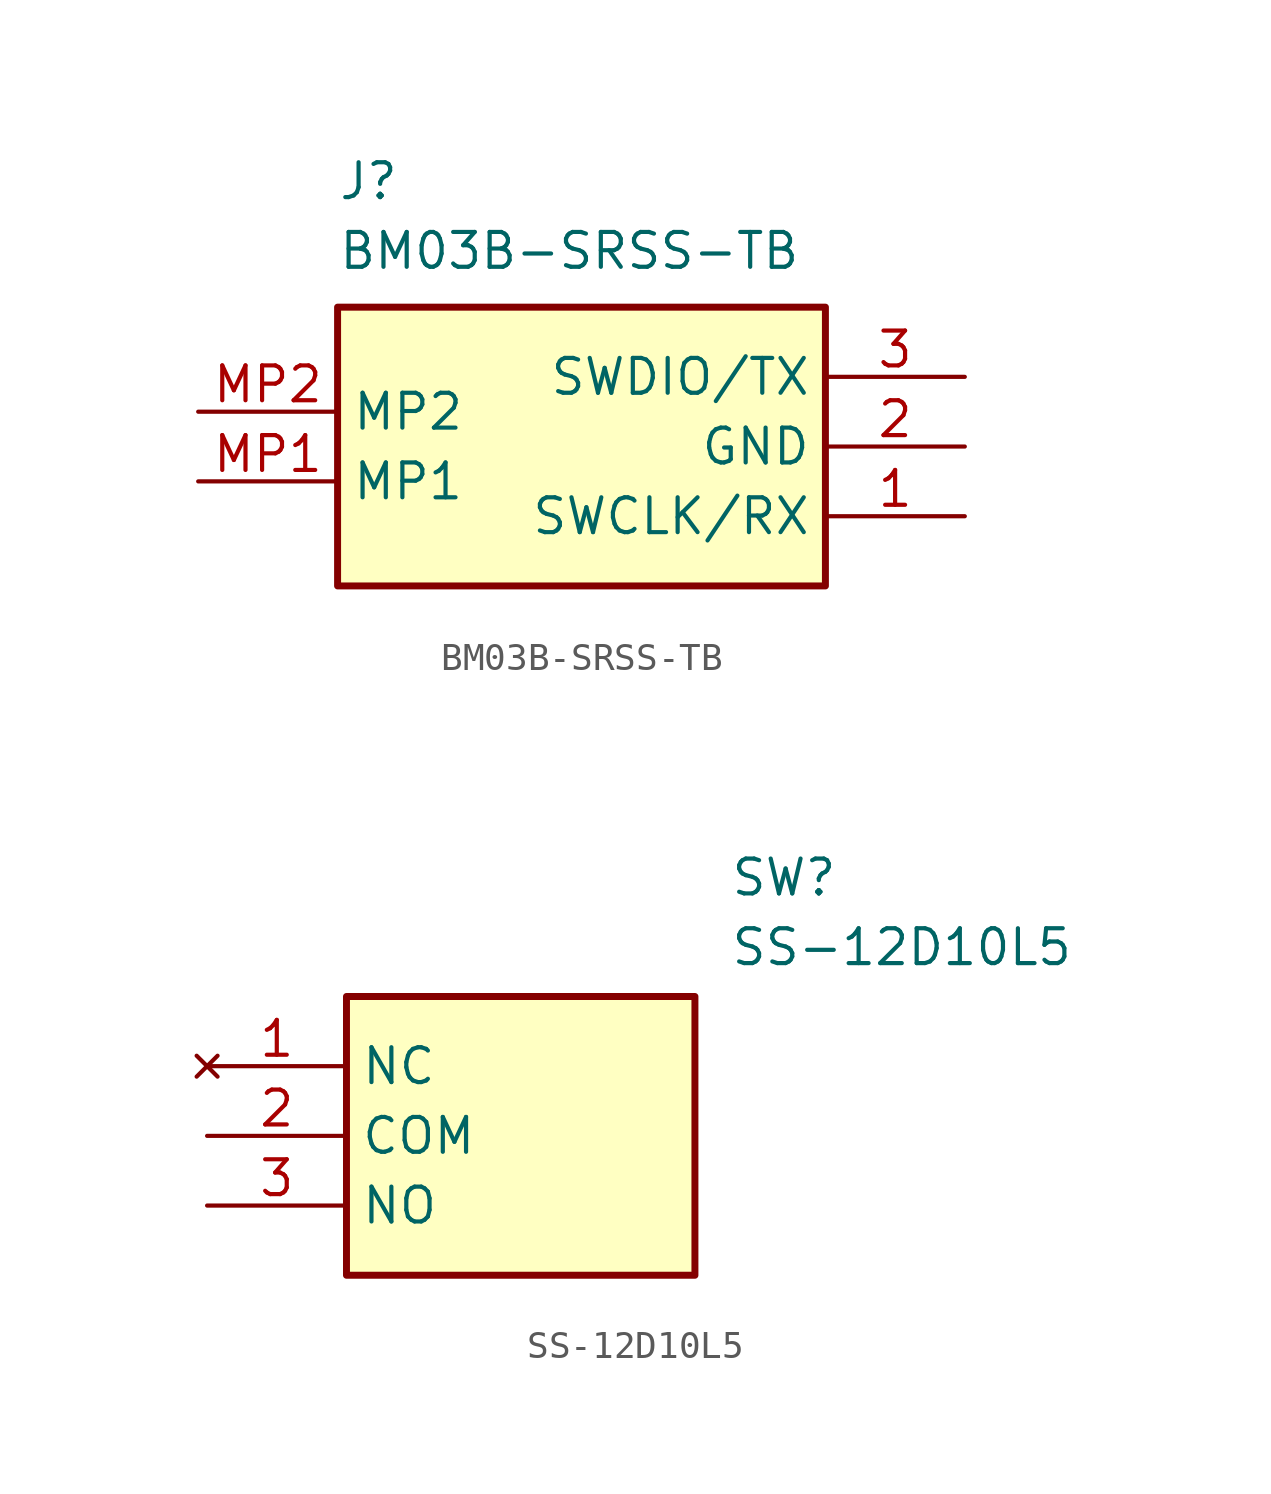
<source format=kicad_sym>
(kicad_symbol_lib
  (version 20231120)
  (generator "kicad_symbol_editor")
  (generator_version "8.0")
  (symbol "BM03B-SRSS-TB"
    (property "Reference" "J"
      (at -10.16 9.144 0)
      (effects (font (size 1.27 1.27)) (justify left top)))
    (property "Value" "BM03B-SRSS-TB"
      (at -10.16 6.604 0)
      (effects (font (size 1.27 1.27)) (justify left top)))
    (symbol "BM03B-SRSS-TB_1_1"
      (rectangle (start -10.16 3.81) (end 7.62 -6.35) (stroke (width 0.254) (type default)) (fill (type background)))
      (pin passive line (at 12.7 -3.81 180) (length 5.08) (name "SWCLK/RX" (effects (font (size 1.27 1.27)))) (number "1" (effects (font (size 1.27 1.27)))))
      (pin passive line (at 12.7 -1.27 180) (length 5.08) (name "GND" (effects (font (size 1.27 1.27)))) (number "2" (effects (font (size 1.27 1.27)))))
      (pin passive line (at 12.7 1.27 180) (length 5.08) (name "SWDIO/TX" (effects (font (size 1.27 1.27)))) (number "3" (effects (font (size 1.27 1.27)))))
      (pin passive line (at -15.24 -2.54 0) (length 5.08) (name "MP1" (effects (font (size 1.27 1.27)))) (number "MP1" (effects (font (size 1.27 1.27)))))
      (pin passive line (at -15.24 0 0) (length 5.08) (name "MP2" (effects (font (size 1.27 1.27)))) (number "MP2" (effects (font (size 1.27 1.27)))))))
  (symbol "SS-12D10L5"
    (property "Reference" "SW"
      (at 19.05 7.62 0)
      (effects (font (size 1.27 1.27)) (justify left top)))
    (property "Value" "SS-12D10L5"
      (at 19.05 5.08 0)
      (effects (font (size 1.27 1.27)) (justify left top)))
    (symbol "SS-12D10L5_1_1"
      (rectangle (start 5.08 2.54) (end 17.78 -7.62) (stroke (width 0.254) (type default)) (fill (type background)))
      (pin no_connect line (at 0 0 0) (length 5.08) (name "NC" (effects (font (size 1.27 1.27)))) (number "1" (effects (font (size 1.27 1.27)))))
      (pin passive line (at 0 -2.54 0) (length 5.08) (name "COM" (effects (font (size 1.27 1.27)))) (number "2" (effects (font (size 1.27 1.27)))))
      (pin passive line (at 0 -5.08 0) (length 5.08) (name "NO" (effects (font (size 1.27 1.27)))) (number "3" (effects (font (size 1.27 1.27))))))))
</source>
